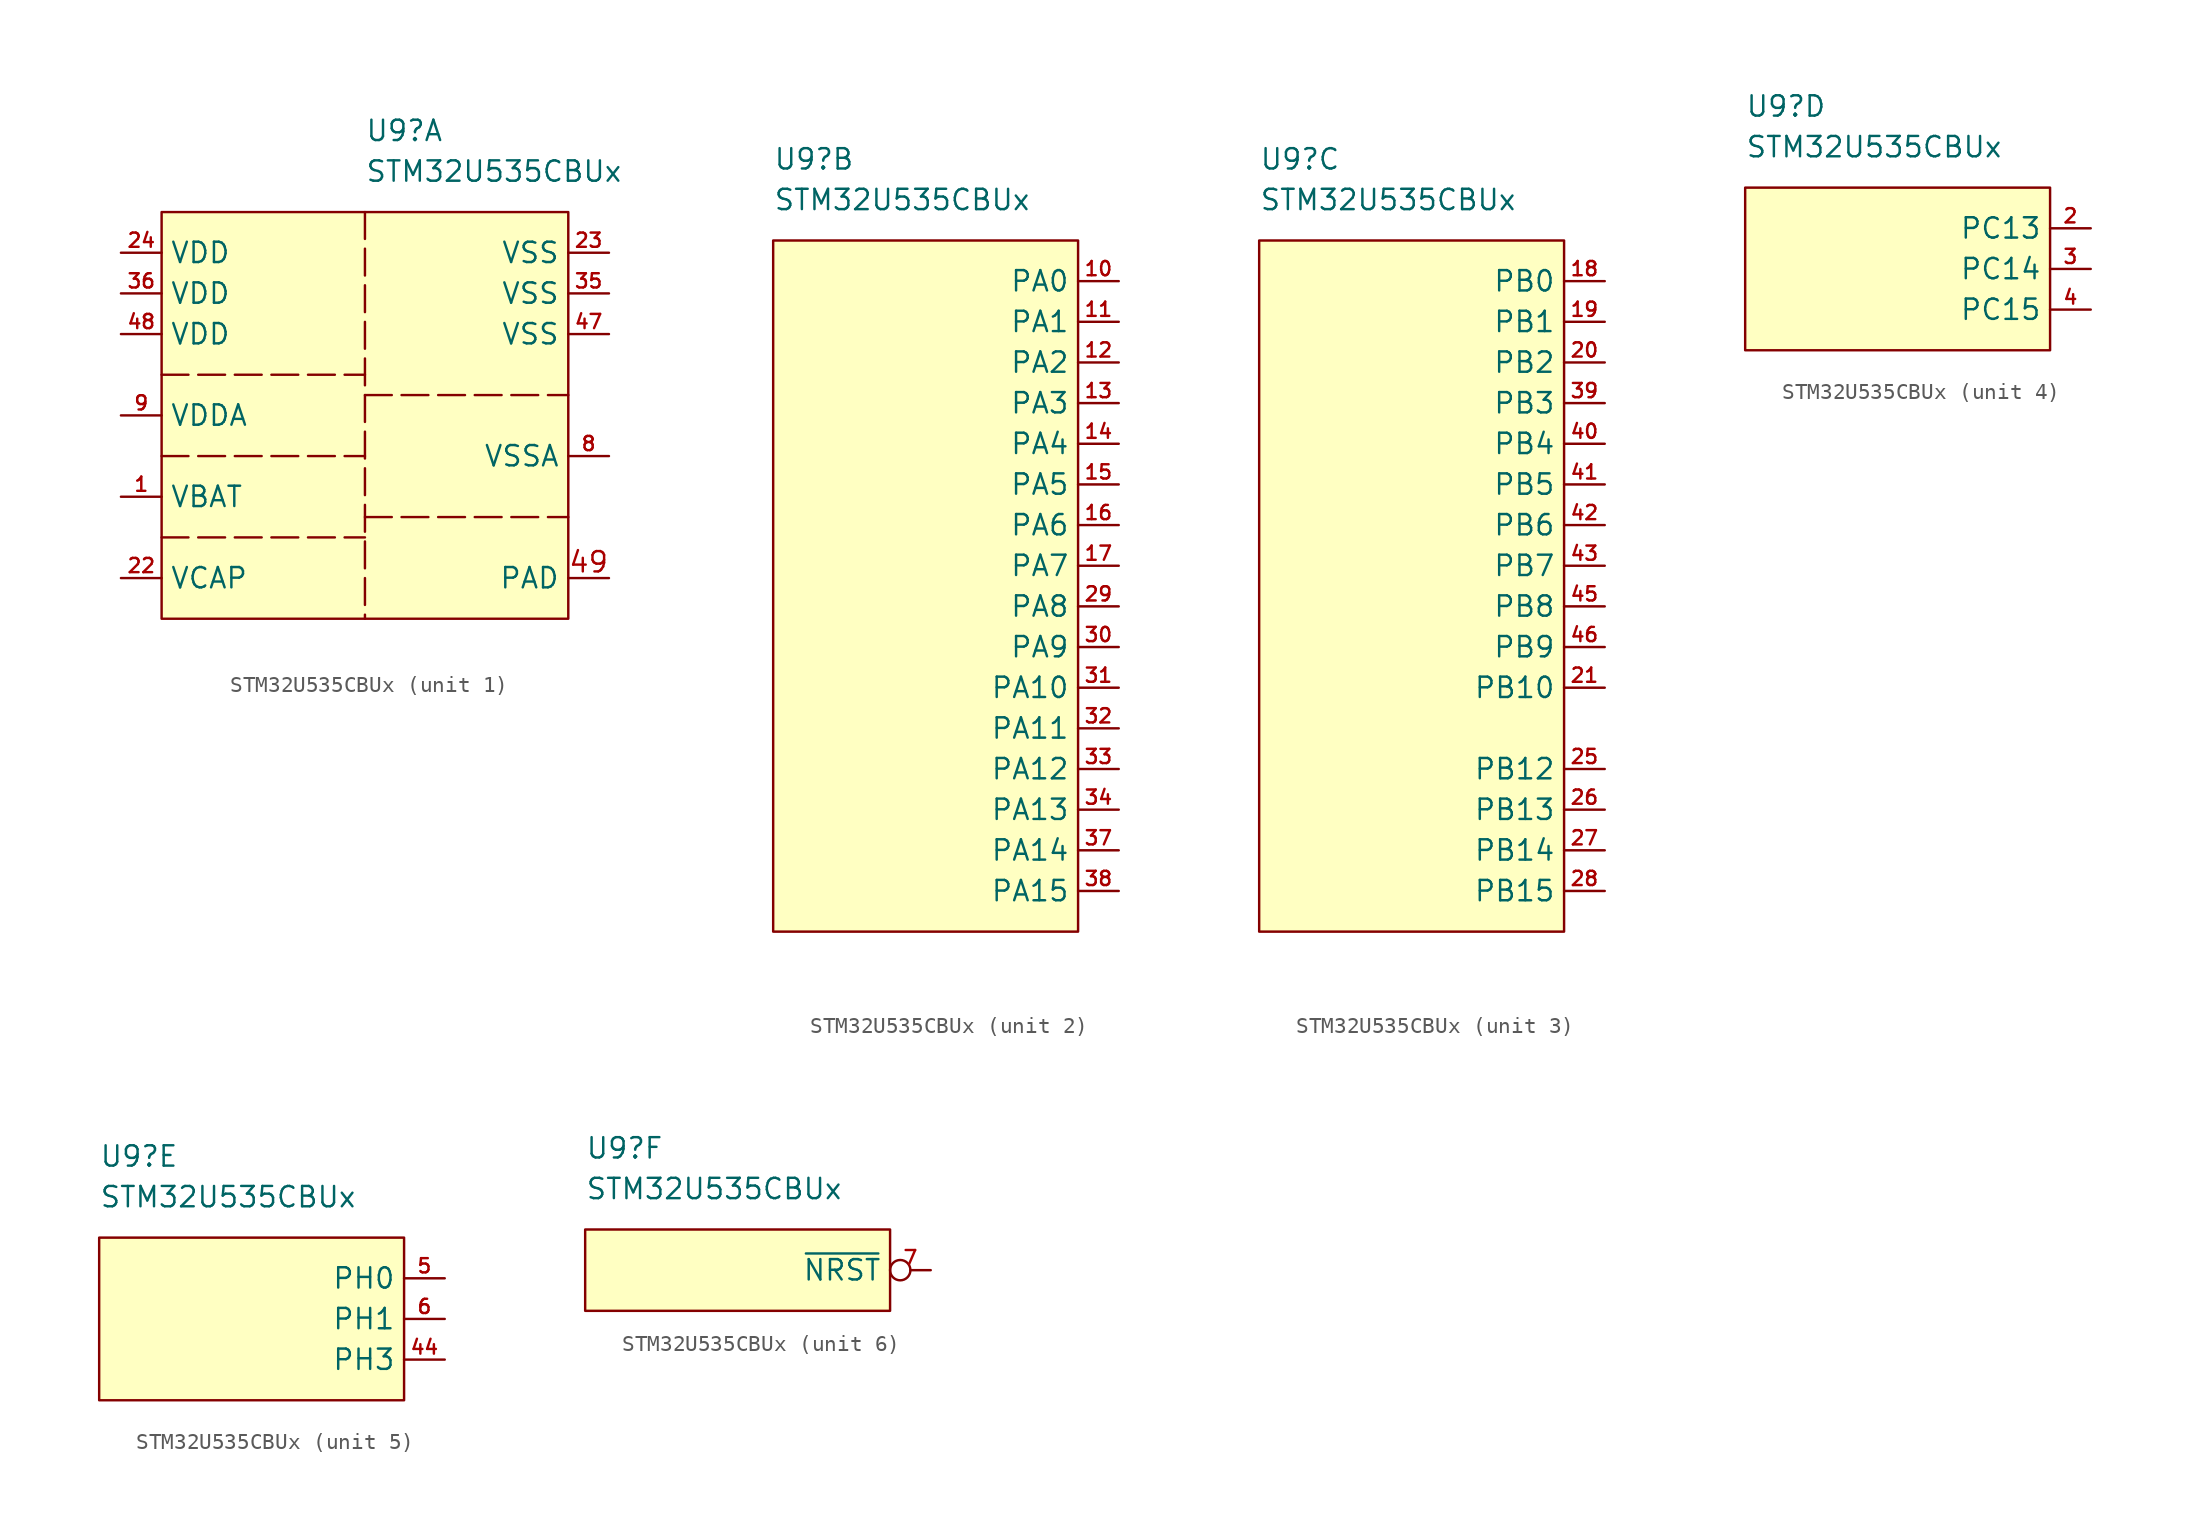
<source format=kicad_sym>
(kicad_symbol_lib
  (version 20241209)
  (generator "kicad_symbol_editor")
  (generator_version "9.0")
  (symbol "STM32U535CBUx"
    (property "Reference" "U9"
      (at 0 5.08 0)
      (effects (font (size 1.27 1.27)) (justify left)))
    (property "Value" "STM32U535CBUx"
      (at 0 2.54 0)
      (effects (font (size 1.27 1.27)) (justify left)))
    (property "ki_locked" ""
      (at 0 0 0)
      (effects (font (size 1.27 1.27))))
    (symbol "STM32U535CBUx_1_1"
      (rectangle (start -12.7 0) (end 12.7 -25.4) (stroke (width 0) (type solid)) (fill (type background)))
      (polyline (pts (xy -12.7 -10.16) (xy 0 -10.16)) (stroke (width 0) (type dash)) (fill (type none)))
      (polyline (pts (xy -12.7 -15.24) (xy 0 -15.24)) (stroke (width 0) (type dash)) (fill (type none)))
      (polyline (pts (xy -12.7 -20.32) (xy 0 -20.32)) (stroke (width 0) (type dash)) (fill (type none)))
      (polyline (pts (xy 0 0) (xy 0 -25.4)) (stroke (width 0) (type dash)) (fill (type none)))
      (polyline (pts (xy 0 -11.43) (xy 12.7 -11.43)) (stroke (width 0) (type dash)) (fill (type none)))
      (polyline (pts (xy 0 -19.05) (xy 12.7 -19.05)) (stroke (width 0) (type dash)) (fill (type none)))
      (pin power_in line (at -15.24 -2.54 0) (length 2.54) (name "VDD" (effects (font (size 1.27 1.27)))) (number "24" (effects (font (size 0.889 0.889)))))
      (pin power_in line (at -15.24 -5.08 0) (length 2.54) (name "VDD" (effects (font (size 1.27 1.27)))) (number "36" (effects (font (size 0.889 0.889)))))
      (pin power_in line (at -15.24 -7.62 0) (length 2.54) (name "VDD" (effects (font (size 1.27 1.27)))) (number "48" (effects (font (size 0.889 0.889)))))
      (pin power_in line (at -15.24 -12.7 0) (length 2.54) (name "VDDA" (effects (font (size 1.27 1.27)))) (number "9" (effects (font (size 0.889 0.889)))))
      (pin power_in line (at -15.24 -17.78 0) (length 2.54) (name "VBAT" (effects (font (size 1.27 1.27)))) (number "1" (effects (font (size 0.889 0.889)))))
      (pin power_out line (at -15.24 -22.86 0) (length 2.54) (name "VCAP" (effects (font (size 1.27 1.27)))) (number "22" (effects (font (size 0.889 0.889)))))
      (pin power_in line (at 15.24 -2.54 180) (length 2.54) (name "VSS" (effects (font (size 1.27 1.27)))) (number "23" (effects (font (size 0.889 0.889)))))
      (pin power_in line (at 15.24 -5.08 180) (length 2.54) (name "VSS" (effects (font (size 1.27 1.27)))) (number "35" (effects (font (size 0.889 0.889)))))
      (pin power_in line (at 15.24 -7.62 180) (length 2.54) (name "VSS" (effects (font (size 1.27 1.27)))) (number "47" (effects (font (size 0.889 0.889)))))
      (pin power_in line (at 15.24 -15.24 180) (length 2.54) (name "VSSA" (effects (font (size 1.27 1.27)))) (number "8" (effects (font (size 0.889 0.889)))))
      (pin power_in line (at 15.24 -22.86 180) (length 2.54) (name "PAD" (effects (font (size 1.27 1.27)))) (number "49" (effects (font (size 1.27 1.27))))))
    (symbol "STM32U535CBUx_2_1"
      (rectangle (start 0 0) (end 19.05 -43.18) (stroke (width 0) (type solid)) (fill (type background)))
      (pin bidirectional line (at 21.59 -2.54 180) (length 2.54) (name "PA0" (effects (font (size 1.27 1.27)))) (number "10" (effects (font (size 0.889 0.889)))) (alternate "ADC1_IN5" bidirectional line) (alternate "AUDIOCLK" bidirectional line) (alternate "OCTOSPI1_NCS" bidirectional line) (alternate "OPAMP1_VINP" bidirectional line) (alternate "PWR_WKUP1" bidirectional line) (alternate "SPI3_RDY" bidirectional line) (alternate "TAMP_IN2" bidirectional line) (alternate "TAMP_OUT1" bidirectional line) (alternate "TIM2_CH1" bidirectional line) (alternate "TIM2_ETR" bidirectional line) (alternate "TIM5_CH1" bidirectional line) (alternate "TIM8_ETR" bidirectional line) (alternate "UART4_TX" bidirectional line))
      (pin bidirectional line (at 21.59 -5.08 180) (length 2.54) (name "PA1" (effects (font (size 1.27 1.27)))) (number "11" (effects (font (size 0.889 0.889)))) (alternate "ADC1_IN6" bidirectional line) (alternate "I2C1_SMBA" bidirectional line) (alternate "LPTIM1_CH2" bidirectional line) (alternate "OCTOSPI1_DQS" bidirectional line) (alternate "OPAMP1_VINM" bidirectional line) (alternate "PWR_WKUP3" bidirectional line) (alternate "SPI1_SCK" bidirectional line) (alternate "TAMP_IN5" bidirectional line) (alternate "TAMP_OUT4" bidirectional line) (alternate "TIM15_CH1N" bidirectional line) (alternate "TIM2_CH2" bidirectional line) (alternate "TIM5_CH2" bidirectional line) (alternate "UART4_RX" bidirectional line))
      (pin bidirectional line (at 21.59 -7.62 180) (length 2.54) (name "PA2" (effects (font (size 1.27 1.27)))) (number "12" (effects (font (size 0.889 0.889)))) (alternate "ADC1_IN7" bidirectional line) (alternate "COMP1_INP" bidirectional line) (alternate "LPUART1_TX" bidirectional line) (alternate "OCTOSPI1_NCS" bidirectional line) (alternate "PWR_WKUP4" bidirectional line) (alternate "RCC_LSCO" bidirectional line) (alternate "SPI1_RDY" bidirectional line) (alternate "TIM15_CH1" bidirectional line) (alternate "TIM2_CH3" bidirectional line) (alternate "TIM5_CH3" bidirectional line))
      (pin bidirectional line (at 21.59 -10.16 180) (length 2.54) (name "PA3" (effects (font (size 1.27 1.27)))) (number "13" (effects (font (size 0.889 0.889)))) (alternate "ADC1_IN8" bidirectional line) (alternate "LPUART1_RX" bidirectional line) (alternate "OCTOSPI1_CLK" bidirectional line) (alternate "OPAMP1_VOUT" bidirectional line) (alternate "PWR_WKUP5" bidirectional line) (alternate "SAI1_CK1" bidirectional line) (alternate "SAI1_MCLK_A" bidirectional line) (alternate "TIM15_CH2" bidirectional line) (alternate "TIM2_CH4" bidirectional line) (alternate "TIM5_CH4" bidirectional line))
      (pin bidirectional line (at 21.59 -12.7 180) (length 2.54) (name "PA4" (effects (font (size 1.27 1.27)))) (number "14" (effects (font (size 0.889 0.889)))) (alternate "ADC1_IN9" bidirectional line) (alternate "ADC4_IN9" bidirectional line) (alternate "DAC1_OUT1" bidirectional line) (alternate "LPTIM2_CH1" bidirectional line) (alternate "OCTOSPI1_NCS" bidirectional line) (alternate "PWR_WKUP2" bidirectional line) (alternate "SAI1_FS_B" bidirectional line) (alternate "SPI1_NSS" bidirectional line) (alternate "SPI3_NSS" bidirectional line))
      (pin bidirectional line (at 21.59 -15.24 180) (length 2.54) (name "PA5" (effects (font (size 1.27 1.27)))) (number "15" (effects (font (size 0.889 0.889)))) (alternate "ADC1_IN10" bidirectional line) (alternate "ADC4_IN10" bidirectional line) (alternate "DAC1_OUT2" bidirectional line) (alternate "LPTIM2_ETR" bidirectional line) (alternate "PWR_CSLEEP" bidirectional line) (alternate "PWR_WKUP6" bidirectional line) (alternate "SPI1_SCK" bidirectional line) (alternate "TIM2_CH1" bidirectional line) (alternate "TIM2_ETR" bidirectional line) (alternate "TIM8_CH1N" bidirectional line) (alternate "USART3_RX" bidirectional line))
      (pin bidirectional line (at 21.59 -17.78 180) (length 2.54) (name "PA6" (effects (font (size 1.27 1.27)))) (number "16" (effects (font (size 0.889 0.889)))) (alternate "ADC1_IN11" bidirectional line) (alternate "ADC4_IN11" bidirectional line) (alternate "LPUART1_CTS" bidirectional line) (alternate "OCTOSPI1_IO3" bidirectional line) (alternate "PWR_CDSTOP" bidirectional line) (alternate "PWR_WKUP7" bidirectional line) (alternate "SPI1_MISO" bidirectional line) (alternate "TIM16_CH1" bidirectional line) (alternate "TIM1_BKIN" bidirectional line) (alternate "TIM3_CH1" bidirectional line) (alternate "TIM8_BKIN" bidirectional line) (alternate "USART3_CTS" bidirectional line))
      (pin bidirectional line (at 21.59 -20.32 180) (length 2.54) (name "PA7" (effects (font (size 1.27 1.27)))) (number "17" (effects (font (size 0.889 0.889)))) (alternate "ADC1_IN12" bidirectional line) (alternate "ADC4_IN20" bidirectional line) (alternate "I2C3_SCL" bidirectional line) (alternate "LPTIM2_CH2" bidirectional line) (alternate "OCTOSPI1_IO2" bidirectional line) (alternate "PWR_SRDSTOP" bidirectional line) (alternate "PWR_WKUP8" bidirectional line) (alternate "SPI1_MOSI" bidirectional line) (alternate "TIM17_CH1" bidirectional line) (alternate "TIM1_CH1N" bidirectional line) (alternate "TIM3_CH2" bidirectional line) (alternate "TIM8_CH1N" bidirectional line) (alternate "USART3_TX" bidirectional line))
      (pin bidirectional line (at 21.59 -22.86 180) (length 2.54) (name "PA8" (effects (font (size 1.27 1.27)))) (number "29" (effects (font (size 0.889 0.889)))) (alternate "DEBUG_TRACECLK" bidirectional line) (alternate "LPTIM2_CH1" bidirectional line) (alternate "RCC_MCO" bidirectional line) (alternate "SAI1_CK2" bidirectional line) (alternate "SAI1_SCK_A" bidirectional line) (alternate "SPI1_RDY" bidirectional line) (alternate "TIM1_CH1" bidirectional line) (alternate "USART1_CK" bidirectional line) (alternate "USB_SOF" bidirectional line))
      (pin bidirectional line (at 21.59 -25.4 180) (length 2.54) (name "PA9" (effects (font (size 1.27 1.27)))) (number "30" (effects (font (size 0.889 0.889)))) (alternate "DAC1_EXTI9" bidirectional line) (alternate "SAI1_FS_A" bidirectional line) (alternate "SPI2_SCK" bidirectional line) (alternate "TIM15_BKIN" bidirectional line) (alternate "TIM1_CH2" bidirectional line) (alternate "USART1_TX" bidirectional line))
      (pin bidirectional line (at 21.59 -27.94 180) (length 2.54) (name "PA10" (effects (font (size 1.27 1.27)))) (number "31" (effects (font (size 0.889 0.889)))) (alternate "CRS_SYNC" bidirectional line) (alternate "LPTIM2_IN2" bidirectional line) (alternate "SAI1_D1" bidirectional line) (alternate "SAI1_SD_A" bidirectional line) (alternate "TIM17_BKIN" bidirectional line) (alternate "TIM1_CH3" bidirectional line) (alternate "USART1_RX" bidirectional line))
      (pin bidirectional line (at 21.59 -30.48 180) (length 2.54) (name "PA11" (effects (font (size 1.27 1.27)))) (number "32" (effects (font (size 0.889 0.889)))) (alternate "ADC1_EXTI11" bidirectional line) (alternate "FDCAN1_RX" bidirectional line) (alternate "SPI1_MISO" bidirectional line) (alternate "TIM1_BKIN2" bidirectional line) (alternate "TIM1_CH4" bidirectional line) (alternate "USART1_CTS" bidirectional line) (alternate "USB_DM" bidirectional line))
      (pin bidirectional line (at 21.59 -33.02 180) (length 2.54) (name "PA12" (effects (font (size 1.27 1.27)))) (number "33" (effects (font (size 0.889 0.889)))) (alternate "FDCAN1_TX" bidirectional line) (alternate "OCTOSPI1_NCS" bidirectional line) (alternate "SPI1_MOSI" bidirectional line) (alternate "TIM1_ETR" bidirectional line) (alternate "USART1_DE" bidirectional line) (alternate "USART1_RTS" bidirectional line) (alternate "USB_DP" bidirectional line))
      (pin bidirectional line (at 21.59 -35.56 180) (length 2.54) (name "PA13" (effects (font (size 1.27 1.27)))) (number "34" (effects (font (size 0.889 0.889)))) (alternate "DEBUG_JTMS-SWDIO" bidirectional line) (alternate "IR_OUT" bidirectional line) (alternate "SAI1_SD_B" bidirectional line) (alternate "USB_NOE" bidirectional line))
      (pin bidirectional line (at 21.59 -38.1 180) (length 2.54) (name "PA14" (effects (font (size 1.27 1.27)))) (number "37" (effects (font (size 0.889 0.889)))) (alternate "DEBUG_JTCK-SWCLK" bidirectional line) (alternate "I2C1_SMBA" bidirectional line) (alternate "I2C4_SMBA" bidirectional line) (alternate "LPTIM1_CH1" bidirectional line) (alternate "SAI1_FS_B" bidirectional line) (alternate "USB_SOF" bidirectional line))
      (pin bidirectional line (at 21.59 -40.64 180) (length 2.54) (name "PA15" (effects (font (size 1.27 1.27)))) (number "38" (effects (font (size 0.889 0.889)))) (alternate "ADC1_EXTI15" bidirectional line) (alternate "ADC4_EXTI15" bidirectional line) (alternate "DEBUG_JTDI" bidirectional line) (alternate "SPI1_NSS" bidirectional line) (alternate "SPI3_NSS" bidirectional line) (alternate "TIM2_CH1" bidirectional line) (alternate "TIM2_ETR" bidirectional line) (alternate "UART4_DE" bidirectional line) (alternate "UART4_RTS" bidirectional line) (alternate "USART3_DE" bidirectional line) (alternate "USART3_RTS" bidirectional line)))
    (symbol "STM32U535CBUx_3_1"
      (rectangle (start 0 0) (end 19.05 -43.18) (stroke (width 0) (type solid)) (fill (type background)))
      (pin bidirectional line (at 21.59 -2.54 180) (length 2.54) (name "PB0" (effects (font (size 1.27 1.27)))) (number "18" (effects (font (size 0.889 0.889)))) (alternate "ADC1_IN15" bidirectional line) (alternate "ADC4_IN18" bidirectional line) (alternate "AUDIOCLK" bidirectional line) (alternate "COMP1_OUT" bidirectional line) (alternate "LPTIM3_CH1" bidirectional line) (alternate "OCTOSPI1_IO1" bidirectional line) (alternate "SPI1_NSS" bidirectional line) (alternate "TIM1_CH2N" bidirectional line) (alternate "TIM3_CH3" bidirectional line) (alternate "TIM8_CH2N" bidirectional line) (alternate "USART3_CK" bidirectional line))
      (pin bidirectional line (at 21.59 -5.08 180) (length 2.54) (name "PB1" (effects (font (size 1.27 1.27)))) (number "19" (effects (font (size 0.889 0.889)))) (alternate "ADC1_IN16" bidirectional line) (alternate "ADC4_IN19" bidirectional line) (alternate "COMP1_INM" bidirectional line) (alternate "LPTIM2_IN1" bidirectional line) (alternate "LPTIM3_CH2" bidirectional line) (alternate "LPUART1_DE" bidirectional line) (alternate "LPUART1_RTS" bidirectional line) (alternate "MDF1_SDI0" bidirectional line) (alternate "OCTOSPI1_IO0" bidirectional line) (alternate "PWR_WKUP4" bidirectional line) (alternate "TIM1_CH3N" bidirectional line) (alternate "TIM3_CH4" bidirectional line) (alternate "TIM8_CH3N" bidirectional line) (alternate "USART3_DE" bidirectional line) (alternate "USART3_RTS" bidirectional line))
      (pin bidirectional line (at 21.59 -7.62 180) (length 2.54) (name "PB2" (effects (font (size 1.27 1.27)))) (number "20" (effects (font (size 0.889 0.889)))) (alternate "ADC1_IN17" bidirectional line) (alternate "COMP1_INP" bidirectional line) (alternate "I2C3_SMBA" bidirectional line) (alternate "LPTIM1_CH1" bidirectional line) (alternate "MDF1_CKI0" bidirectional line) (alternate "OCTOSPI1_DQS" bidirectional line) (alternate "PWR_WKUP1" bidirectional line) (alternate "RTC_OUT2" bidirectional line) (alternate "SPI1_RDY" bidirectional line) (alternate "TIM8_CH4N" bidirectional line))
      (pin bidirectional line (at 21.59 -10.16 180) (length 2.54) (name "PB3" (effects (font (size 1.27 1.27)))) (number "39" (effects (font (size 0.889 0.889)))) (alternate "ADF1_CCK0" bidirectional line) (alternate "COMP1_INP" bidirectional line) (alternate "CRS_SYNC" bidirectional line) (alternate "DEBUG_JTDO-SWO" bidirectional line) (alternate "I2C1_SDA" bidirectional line) (alternate "LPTIM1_CH1" bidirectional line) (alternate "SAI1_SCK_B" bidirectional line) (alternate "SPI1_SCK" bidirectional line) (alternate "SPI3_SCK" bidirectional line) (alternate "TIM2_CH2" bidirectional line) (alternate "USART1_DE" bidirectional line) (alternate "USART1_RTS" bidirectional line))
      (pin bidirectional line (at 21.59 -12.7 180) (length 2.54) (name "PB4" (effects (font (size 1.27 1.27)))) (number "40" (effects (font (size 0.889 0.889)))) (alternate "ADF1_SDI0" bidirectional line) (alternate "COMP1_INP" bidirectional line) (alternate "DEBUG_JTRST" bidirectional line) (alternate "I2C3_SDA" bidirectional line) (alternate "LPTIM1_CH2" bidirectional line) (alternate "SAI1_MCLK_B" bidirectional line) (alternate "SPI1_MISO" bidirectional line) (alternate "SPI3_MISO" bidirectional line) (alternate "TIM17_BKIN" bidirectional line) (alternate "TIM3_CH1" bidirectional line) (alternate "TSC_G2_IO1" bidirectional line) (alternate "USART1_CTS" bidirectional line))
      (pin bidirectional line (at 21.59 -15.24 180) (length 2.54) (name "PB5" (effects (font (size 1.27 1.27)))) (number "41" (effects (font (size 0.889 0.889)))) (alternate "I2C1_SMBA" bidirectional line) (alternate "LPTIM1_IN1" bidirectional line) (alternate "OCTOSPI1_NCLK" bidirectional line) (alternate "PWR_WKUP6" bidirectional line) (alternate "SAI1_SD_B" bidirectional line) (alternate "SPI1_MOSI" bidirectional line) (alternate "SPI3_MOSI" bidirectional line) (alternate "TIM16_BKIN" bidirectional line) (alternate "TIM3_CH2" bidirectional line) (alternate "TSC_G2_IO2" bidirectional line) (alternate "USART1_CK" bidirectional line))
      (pin bidirectional line (at 21.59 -17.78 180) (length 2.54) (name "PB6" (effects (font (size 1.27 1.27)))) (number "42" (effects (font (size 0.889 0.889)))) (alternate "COMP1_INP" bidirectional line) (alternate "I2C1_SCL" bidirectional line) (alternate "I2C4_SCL" bidirectional line) (alternate "LPTIM1_ETR" bidirectional line) (alternate "PWR_WKUP3" bidirectional line) (alternate "SAI1_FS_B" bidirectional line) (alternate "TIM16_CH1N" bidirectional line) (alternate "TIM4_CH1" bidirectional line) (alternate "TIM8_BKIN2" bidirectional line) (alternate "TSC_G2_IO3" bidirectional line) (alternate "USART1_TX" bidirectional line))
      (pin bidirectional line (at 21.59 -20.32 180) (length 2.54) (name "PB7" (effects (font (size 1.27 1.27)))) (number "43" (effects (font (size 0.889 0.889)))) (alternate "I2C1_SDA" bidirectional line) (alternate "I2C4_SDA" bidirectional line) (alternate "LPTIM1_IN2" bidirectional line) (alternate "PWR_PVD_IN" bidirectional line) (alternate "PWR_WKUP4" bidirectional line) (alternate "TIM17_CH1N" bidirectional line) (alternate "TIM4_CH2" bidirectional line) (alternate "TIM8_BKIN" bidirectional line) (alternate "TSC_G2_IO4" bidirectional line) (alternate "UART4_CTS" bidirectional line) (alternate "USART1_RX" bidirectional line))
      (pin bidirectional line (at 21.59 -22.86 180) (length 2.54) (name "PB8" (effects (font (size 1.27 1.27)))) (number "45" (effects (font (size 0.889 0.889)))) (alternate "FDCAN1_RX" bidirectional line) (alternate "I2C1_SCL" bidirectional line) (alternate "MDF1_CCK0" bidirectional line) (alternate "PWR_WKUP5" bidirectional line) (alternate "SAI1_CK1" bidirectional line) (alternate "SAI1_MCLK_A" bidirectional line) (alternate "SPI3_RDY" bidirectional line) (alternate "TIM16_CH1" bidirectional line) (alternate "TIM4_CH3" bidirectional line))
      (pin bidirectional line (at 21.59 -25.4 180) (length 2.54) (name "PB9" (effects (font (size 1.27 1.27)))) (number "46" (effects (font (size 0.889 0.889)))) (alternate "DAC1_EXTI9" bidirectional line) (alternate "FDCAN1_TX" bidirectional line) (alternate "I2C1_SDA" bidirectional line) (alternate "IR_OUT" bidirectional line) (alternate "SAI1_D2" bidirectional line) (alternate "SAI1_FS_A" bidirectional line) (alternate "SPI2_NSS" bidirectional line) (alternate "TIM17_CH1" bidirectional line) (alternate "TIM4_CH4" bidirectional line))
      (pin bidirectional line (at 21.59 -27.94 180) (length 2.54) (name "PB10" (effects (font (size 1.27 1.27)))) (number "21" (effects (font (size 0.889 0.889)))) (alternate "COMP1_OUT" bidirectional line) (alternate "I2C2_SCL" bidirectional line) (alternate "I2C4_SCL" bidirectional line) (alternate "LPTIM3_CH1" bidirectional line) (alternate "LPUART1_RX" bidirectional line) (alternate "OCTOSPI1_CLK" bidirectional line) (alternate "PWR_WKUP8" bidirectional line) (alternate "SAI1_SCK_A" bidirectional line) (alternate "SPI2_SCK" bidirectional line) (alternate "TIM2_CH3" bidirectional line) (alternate "TSC_SYNC" bidirectional line) (alternate "USART3_TX" bidirectional line))
      (pin bidirectional line (at 21.59 -33.02 180) (length 2.54) (name "PB12" (effects (font (size 1.27 1.27)))) (number "25" (effects (font (size 0.889 0.889)))) (alternate "I2C2_SMBA" bidirectional line) (alternate "LPUART1_DE" bidirectional line) (alternate "LPUART1_RTS" bidirectional line) (alternate "MDF1_SDI1" bidirectional line) (alternate "OCTOSPI1_NCLK" bidirectional line) (alternate "SPI2_NSS" bidirectional line) (alternate "TIM15_BKIN" bidirectional line) (alternate "TIM1_BKIN" bidirectional line) (alternate "TSC_G1_IO1" bidirectional line) (alternate "USART3_CK" bidirectional line))
      (pin bidirectional line (at 21.59 -35.56 180) (length 2.54) (name "PB13" (effects (font (size 1.27 1.27)))) (number "26" (effects (font (size 0.889 0.889)))) (alternate "I2C2_SCL" bidirectional line) (alternate "LPTIM3_IN1" bidirectional line) (alternate "LPUART1_CTS" bidirectional line) (alternate "MDF1_CKI1" bidirectional line) (alternate "SPI2_SCK" bidirectional line) (alternate "TIM15_CH1N" bidirectional line) (alternate "TIM1_CH1N" bidirectional line) (alternate "TSC_G1_IO2" bidirectional line) (alternate "USART3_CTS" bidirectional line))
      (pin bidirectional line (at 21.59 -38.1 180) (length 2.54) (name "PB14" (effects (font (size 1.27 1.27)))) (number "27" (effects (font (size 0.889 0.889)))) (alternate "I2C2_SDA" bidirectional line) (alternate "LPTIM3_ETR" bidirectional line) (alternate "SPI2_MISO" bidirectional line) (alternate "TIM15_CH1" bidirectional line) (alternate "TIM1_CH2N" bidirectional line) (alternate "TIM8_CH2N" bidirectional line) (alternate "TSC_G1_IO3" bidirectional line) (alternate "USART3_DE" bidirectional line) (alternate "USART3_RTS" bidirectional line))
      (pin bidirectional line (at 21.59 -40.64 180) (length 2.54) (name "PB15" (effects (font (size 1.27 1.27)))) (number "28" (effects (font (size 0.889 0.889)))) (alternate "ADC1_EXTI15" bidirectional line) (alternate "ADC4_EXTI15" bidirectional line) (alternate "LPTIM2_IN2" bidirectional line) (alternate "PWR_WKUP7" bidirectional line) (alternate "RTC_REFIN" bidirectional line) (alternate "SPI2_MOSI" bidirectional line) (alternate "TIM15_CH2" bidirectional line) (alternate "TIM1_CH3N" bidirectional line) (alternate "TIM8_CH3N" bidirectional line)))
    (symbol "STM32U535CBUx_4_1"
      (rectangle (start 0 0) (end 19.05 -10.16) (stroke (width 0) (type solid)) (fill (type background)))
      (pin bidirectional line (at 21.59 -2.54 180) (length 2.54) (name "PC13" (effects (font (size 1.27 1.27)))) (number "2" (effects (font (size 0.889 0.889)))) (alternate "PWR_WKUP2" bidirectional line) (alternate "RTC_OUT1" bidirectional line) (alternate "RTC_TS" bidirectional line) (alternate "TAMP_IN1" bidirectional line) (alternate "TAMP_OUT2" bidirectional line))
      (pin bidirectional line (at 21.59 -5.08 180) (length 2.54) (name "PC14" (effects (font (size 1.27 1.27)))) (number "3" (effects (font (size 0.889 0.889)))) (alternate "RCC_OSC32_IN" bidirectional line))
      (pin bidirectional line (at 21.59 -7.62 180) (length 2.54) (name "PC15" (effects (font (size 1.27 1.27)))) (number "4" (effects (font (size 0.889 0.889)))) (alternate "ADC1_EXTI15" bidirectional line) (alternate "ADC4_EXTI15" bidirectional line) (alternate "RCC_OSC32_OUT" bidirectional line)))
    (symbol "STM32U535CBUx_5_1"
      (rectangle (start 0 0) (end 19.05 -10.16) (stroke (width 0) (type solid)) (fill (type background)))
      (pin bidirectional line (at 21.59 -2.54 180) (length 2.54) (name "PH0" (effects (font (size 1.27 1.27)))) (number "5" (effects (font (size 0.889 0.889)))) (alternate "RCC_OSC_IN" bidirectional line))
      (pin bidirectional line (at 21.59 -5.08 180) (length 2.54) (name "PH1" (effects (font (size 1.27 1.27)))) (number "6" (effects (font (size 0.889 0.889)))) (alternate "RCC_OSC_OUT" bidirectional line))
      (pin bidirectional line (at 21.59 -7.62 180) (length 2.54) (name "PH3" (effects (font (size 1.27 1.27)))) (number "44" (effects (font (size 0.889 0.889)))) (alternate "BOOT0" input line)))
    (symbol "STM32U535CBUx_6_1"
      (rectangle (start 0 0) (end 19.05 -5.08) (stroke (width 0) (type solid)) (fill (type background)))
      (pin input inverted (at 21.59 -2.54 180) (length 2.54) (name "~{NRST}" (effects (font (size 1.27 1.27)))) (number "7" (effects (font (size 0.889 0.889))))))))
</source>
